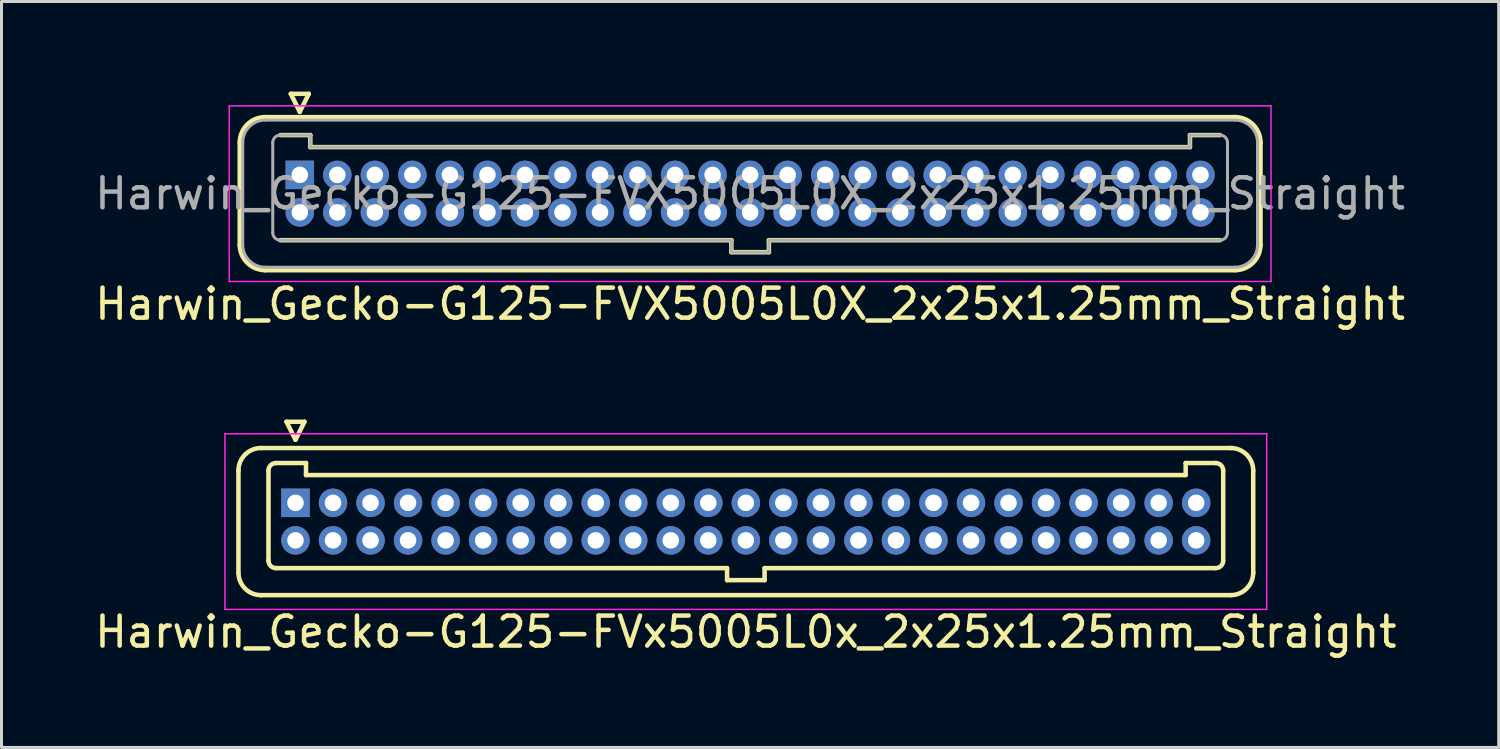
<source format=kicad_pcb>
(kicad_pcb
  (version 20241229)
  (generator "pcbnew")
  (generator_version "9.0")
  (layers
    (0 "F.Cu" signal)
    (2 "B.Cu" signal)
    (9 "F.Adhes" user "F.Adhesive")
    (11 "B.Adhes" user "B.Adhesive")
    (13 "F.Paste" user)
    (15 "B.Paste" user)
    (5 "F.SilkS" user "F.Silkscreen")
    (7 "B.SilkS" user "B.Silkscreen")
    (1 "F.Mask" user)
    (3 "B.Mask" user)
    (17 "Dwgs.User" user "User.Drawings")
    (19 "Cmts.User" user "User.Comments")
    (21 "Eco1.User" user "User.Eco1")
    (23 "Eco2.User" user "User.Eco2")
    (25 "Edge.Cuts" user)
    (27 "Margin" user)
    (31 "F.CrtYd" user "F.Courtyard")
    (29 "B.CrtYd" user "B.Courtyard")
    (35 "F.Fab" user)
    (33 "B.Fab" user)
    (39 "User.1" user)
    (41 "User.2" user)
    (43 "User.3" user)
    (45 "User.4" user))
  (footprint "Harwin_Gecko-G125-FVX5005L0X_2x25x1.25mm_Straight"
    (layer "F.Cu")
    (at 6.935 2.775)
    (property "Reference" "Harwin_Gecko-G125-FVX5005L0X_2x25x1.25mm_Straight" (at 15 4.3 0) (layer "F.SilkS") (effects (font (size 1 1) (thickness 0.15))))
    (attr through_hole)
    (fp_line (start -2 -1.075) (end -2 2.325) (stroke (width 0.15) (type solid)) (layer "F.SilkS"))
    (fp_line (start -1.15 -1.925) (end 31.15 -1.925) (stroke (width 0.15) (type solid)) (layer "F.SilkS"))
    (fp_line (start -1.15 3.175) (end 31.15 3.175) (stroke (width 0.15) (type solid)) (layer "F.SilkS"))
    (fp_line (start -0.65 -1.325) (end 0.35 -1.325) (stroke (width 0.15) (type solid)) (layer "F.SilkS"))
    (fp_line (start -0.65 2.175) (end 14.375 2.175) (stroke (width 0.15) (type solid)) (layer "F.SilkS"))
    (fp_line (start -0.3 -2.7) (end 0.3 -2.7) (stroke (width 0.15) (type solid)) (layer "F.SilkS"))
    (fp_line (start 0 -2.1) (end -0.3 -2.7) (stroke (width 0.15) (type solid)) (layer "F.SilkS"))
    (fp_line (start 0.3 -2.7) (end 0 -2.1) (stroke (width 0.15) (type solid)) (layer "F.SilkS"))
    (fp_line (start 0.35 -1.325) (end 0.35 -0.925) (stroke (width 0.15) (type solid)) (layer "F.SilkS"))
    (fp_line (start 0.35 -0.925) (end 29.65 -0.925) (stroke (width 0.15) (type solid)) (layer "F.SilkS"))
    (fp_line (start 14.375 2.175) (end 14.375 2.575) (stroke (width 0.15) (type solid)) (layer "F.SilkS"))
    (fp_line (start 14.375 2.575) (end 15.625 2.575) (stroke (width 0.15) (type solid)) (layer "F.SilkS"))
    (fp_line (start 15.625 2.175) (end 30.65 2.175) (stroke (width 0.15) (type solid)) (layer "F.SilkS"))
    (fp_line (start 15.625 2.575) (end 15.625 2.175) (stroke (width 0.15) (type solid)) (layer "F.SilkS"))
    (fp_line (start 29.65 -1.325) (end 30.65 -1.325) (stroke (width 0.15) (type solid)) (layer "F.SilkS"))
    (fp_line (start 29.65 -0.925) (end 29.65 -1.325) (stroke (width 0.15) (type solid)) (layer "F.SilkS"))
    (fp_line (start 32 -1.075) (end 32 2.325) (stroke (width 0.15) (type solid)) (layer "F.SilkS"))
    (fp_arc (start -2 -1.075) (mid -1.751041 -1.676041) (end -1.15 -1.925) (stroke (width 0.15) (type solid)) (layer "F.SilkS"))
    (fp_arc (start -1.15 3.175) (mid -1.751041 2.926041) (end -2 2.325) (stroke (width 0.15) (type solid)) (layer "F.SilkS"))
    (fp_arc (start 31.15 -1.925) (mid 31.751041 -1.676041) (end 32 -1.075) (stroke (width 0.15) (type solid)) (layer "F.SilkS"))
    (fp_arc (start 32 2.325) (mid 31.751041 2.926041) (end 31.15 3.175) (stroke (width 0.15) (type solid)) (layer "F.SilkS"))
    (fp_line (start -2.35 -2.3) (end -2.35 3.55) (stroke (width 0.05) (type solid)) (layer "F.CrtYd"))
    (fp_line (start -2.35 3.55) (end 32.35 3.55) (stroke (width 0.05) (type solid)) (layer "F.CrtYd"))
    (fp_line (start 32.35 -2.3) (end -2.35 -2.3) (stroke (width 0.05) (type solid)) (layer "F.CrtYd"))
    (fp_line (start 32.35 3.55) (end 32.35 -2.3) (stroke (width 0.05) (type solid)) (layer "F.CrtYd"))
    (fp_line (start -1.9 -1.075) (end -1.9 2.325) (stroke (width 0.1) (type solid)) (layer "F.Fab"))
    (fp_line (start -1.15 -1.825) (end 31.15 -1.825) (stroke (width 0.1) (type solid)) (layer "F.Fab"))
    (fp_line (start -1.15 3.075) (end 31.15 3.075) (stroke (width 0.1) (type solid)) (layer "F.Fab"))
    (fp_line (start -0.9 -1.075) (end -0.9 1.925) (stroke (width 0.1) (type solid)) (layer "F.Fab"))
    (fp_line (start -0.65 -1.325) (end 0.35 -1.325) (stroke (width 0.1) (type solid)) (layer "F.Fab"))
    (fp_line (start -0.65 2.175) (end 14.375 2.175) (stroke (width 0.1) (type solid)) (layer "F.Fab"))
    (fp_line (start 0.35 -1.325) (end 0.35 -0.925) (stroke (width 0.1) (type solid)) (layer "F.Fab"))
    (fp_line (start 0.35 -0.925) (end 29.65 -0.925) (stroke (width 0.1) (type solid)) (layer "F.Fab"))
    (fp_line (start 14.375 2.175) (end 14.375 2.575) (stroke (width 0.1) (type solid)) (layer "F.Fab"))
    (fp_line (start 14.375 2.575) (end 15.625 2.575) (stroke (width 0.1) (type solid)) (layer "F.Fab"))
    (fp_line (start 15.625 2.175) (end 30.65 2.175) (stroke (width 0.1) (type solid)) (layer "F.Fab"))
    (fp_line (start 15.625 2.575) (end 15.625 2.175) (stroke (width 0.1) (type solid)) (layer "F.Fab"))
    (fp_line (start 29.65 -1.325) (end 30.65 -1.325) (stroke (width 0.1) (type solid)) (layer "F.Fab"))
    (fp_line (start 29.65 -0.925) (end 29.65 -1.325) (stroke (width 0.1) (type solid)) (layer "F.Fab"))
    (fp_line (start 30.9 -1.075) (end 30.9 1.925) (stroke (width 0.1) (type solid)) (layer "F.Fab"))
    (fp_line (start 31.9 -1.075) (end 31.9 2.325) (stroke (width 0.1) (type solid)) (layer "F.Fab"))
    (fp_arc (start -1.9 -1.075) (mid -1.68033 -1.60533) (end -1.15 -1.825) (stroke (width 0.1) (type solid)) (layer "F.Fab"))
    (fp_arc (start -1.15 3.075) (mid -1.68033 2.85533) (end -1.9 2.325) (stroke (width 0.1) (type solid)) (layer "F.Fab"))
    (fp_arc (start -0.9 -1.075) (mid -0.826777 -1.251777) (end -0.65 -1.325) (stroke (width 0.1) (type solid)) (layer "F.Fab"))
    (fp_arc (start -0.65 2.175) (mid -0.826777 2.101777) (end -0.9 1.925) (stroke (width 0.1) (type solid)) (layer "F.Fab"))
    (fp_arc (start 30.65 -1.325) (mid 30.826777 -1.251777) (end 30.9 -1.075) (stroke (width 0.1) (type solid)) (layer "F.Fab"))
    (fp_arc (start 30.9 1.925) (mid 30.826777 2.101777) (end 30.65 2.175) (stroke (width 0.1) (type solid)) (layer "F.Fab"))
    (fp_arc (start 31.15 -1.825) (mid 31.68033 -1.60533) (end 31.9 -1.075) (stroke (width 0.1) (type solid)) (layer "F.Fab"))
    (fp_arc (start 31.9 2.325) (mid 31.68033 2.85533) (end 31.15 3.075) (stroke (width 0.1) (type solid)) (layer "F.Fab"))
    (fp_text user "${REFERENCE}" (at 15 0.625 0) (layer "F.Fab") (effects (font (size 1 1) (thickness 0.15))))
    (pad "1" thru_hole rect (at 0 0) (size 0.95 0.95) (drill 0.55) (layers "*.Cu" "*.Mask"))
    (pad "2" thru_hole circle (at 1.25 0) (size 0.95 0.95) (drill 0.55) (layers "*.Cu" "*.Mask"))
    (pad "3" thru_hole circle (at 2.5 0) (size 0.95 0.95) (drill 0.55) (layers "*.Cu" "*.Mask"))
    (pad "4" thru_hole circle (at 3.75 0) (size 0.95 0.95) (drill 0.55) (layers "*.Cu" "*.Mask"))
    (pad "5" thru_hole circle (at 5 0) (size 0.95 0.95) (drill 0.55) (layers "*.Cu" "*.Mask"))
    (pad "6" thru_hole circle (at 6.25 0) (size 0.95 0.95) (drill 0.55) (layers "*.Cu" "*.Mask"))
    (pad "7" thru_hole circle (at 7.5 0) (size 0.95 0.95) (drill 0.55) (layers "*.Cu" "*.Mask"))
    (pad "8" thru_hole circle (at 8.75 0) (size 0.95 0.95) (drill 0.55) (layers "*.Cu" "*.Mask"))
    (pad "9" thru_hole circle (at 10 0) (size 0.95 0.95) (drill 0.55) (layers "*.Cu" "*.Mask"))
    (pad "10" thru_hole circle (at 11.25 0) (size 0.95 0.95) (drill 0.55) (layers "*.Cu" "*.Mask"))
    (pad "11" thru_hole circle (at 12.5 0) (size 0.95 0.95) (drill 0.55) (layers "*.Cu" "*.Mask"))
    (pad "12" thru_hole circle (at 13.75 0) (size 0.95 0.95) (drill 0.55) (layers "*.Cu" "*.Mask"))
    (pad "13" thru_hole circle (at 15 0) (size 0.95 0.95) (drill 0.55) (layers "*.Cu" "*.Mask"))
    (pad "14" thru_hole circle (at 16.25 0) (size 0.95 0.95) (drill 0.55) (layers "*.Cu" "*.Mask"))
    (pad "15" thru_hole circle (at 17.5 0) (size 0.95 0.95) (drill 0.55) (layers "*.Cu" "*.Mask"))
    (pad "16" thru_hole circle (at 18.75 0) (size 0.95 0.95) (drill 0.55) (layers "*.Cu" "*.Mask"))
    (pad "17" thru_hole circle (at 20 0) (size 0.95 0.95) (drill 0.55) (layers "*.Cu" "*.Mask"))
    (pad "18" thru_hole circle (at 21.25 0) (size 0.95 0.95) (drill 0.55) (layers "*.Cu" "*.Mask"))
    (pad "19" thru_hole circle (at 22.5 0) (size 0.95 0.95) (drill 0.55) (layers "*.Cu" "*.Mask"))
    (pad "20" thru_hole circle (at 23.75 0) (size 0.95 0.95) (drill 0.55) (layers "*.Cu" "*.Mask"))
    (pad "21" thru_hole circle (at 25 0) (size 0.95 0.95) (drill 0.55) (layers "*.Cu" "*.Mask"))
    (pad "22" thru_hole circle (at 26.25 0) (size 0.95 0.95) (drill 0.55) (layers "*.Cu" "*.Mask"))
    (pad "23" thru_hole circle (at 27.5 0) (size 0.95 0.95) (drill 0.55) (layers "*.Cu" "*.Mask"))
    (pad "24" thru_hole circle (at 28.75 0) (size 0.95 0.95) (drill 0.55) (layers "*.Cu" "*.Mask"))
    (pad "25" thru_hole circle (at 30 0) (size 0.95 0.95) (drill 0.55) (layers "*.Cu" "*.Mask"))
    (pad "26" thru_hole circle (at 0 1.25) (size 0.95 0.95) (drill 0.55) (layers "*.Cu" "*.Mask"))
    (pad "27" thru_hole circle (at 1.25 1.25) (size 0.95 0.95) (drill 0.55) (layers "*.Cu" "*.Mask"))
    (pad "28" thru_hole circle (at 2.5 1.25) (size 0.95 0.95) (drill 0.55) (layers "*.Cu" "*.Mask"))
    (pad "29" thru_hole circle (at 3.75 1.25) (size 0.95 0.95) (drill 0.55) (layers "*.Cu" "*.Mask"))
    (pad "30" thru_hole circle (at 5 1.25) (size 0.95 0.95) (drill 0.55) (layers "*.Cu" "*.Mask"))
    (pad "31" thru_hole circle (at 6.25 1.25) (size 0.95 0.95) (drill 0.55) (layers "*.Cu" "*.Mask"))
    (pad "32" thru_hole circle (at 7.5 1.25) (size 0.95 0.95) (drill 0.55) (layers "*.Cu" "*.Mask"))
    (pad "33" thru_hole circle (at 8.75 1.25) (size 0.95 0.95) (drill 0.55) (layers "*.Cu" "*.Mask"))
    (pad "34" thru_hole circle (at 10 1.25) (size 0.95 0.95) (drill 0.55) (layers "*.Cu" "*.Mask"))
    (pad "35" thru_hole circle (at 11.25 1.25) (size 0.95 0.95) (drill 0.55) (layers "*.Cu" "*.Mask"))
    (pad "36" thru_hole circle (at 12.5 1.25) (size 0.95 0.95) (drill 0.55) (layers "*.Cu" "*.Mask"))
    (pad "37" thru_hole circle (at 13.75 1.25) (size 0.95 0.95) (drill 0.55) (layers "*.Cu" "*.Mask"))
    (pad "38" thru_hole circle (at 15 1.25) (size 0.95 0.95) (drill 0.55) (layers "*.Cu" "*.Mask"))
    (pad "39" thru_hole circle (at 16.25 1.25) (size 0.95 0.95) (drill 0.55) (layers "*.Cu" "*.Mask"))
    (pad "40" thru_hole circle (at 17.5 1.25) (size 0.95 0.95) (drill 0.55) (layers "*.Cu" "*.Mask"))
    (pad "41" thru_hole circle (at 18.75 1.25) (size 0.95 0.95) (drill 0.55) (layers "*.Cu" "*.Mask"))
    (pad "42" thru_hole circle (at 20 1.25) (size 0.95 0.95) (drill 0.55) (layers "*.Cu" "*.Mask"))
    (pad "43" thru_hole circle (at 21.25 1.25) (size 0.95 0.95) (drill 0.55) (layers "*.Cu" "*.Mask"))
    (pad "44" thru_hole circle (at 22.5 1.25) (size 0.95 0.95) (drill 0.55) (layers "*.Cu" "*.Mask"))
    (pad "45" thru_hole circle (at 23.75 1.25) (size 0.95 0.95) (drill 0.55) (layers "*.Cu" "*.Mask"))
    (pad "46" thru_hole circle (at 25 1.25) (size 0.95 0.95) (drill 0.55) (layers "*.Cu" "*.Mask"))
    (pad "47" thru_hole circle (at 26.25 1.25) (size 0.95 0.95) (drill 0.55) (layers "*.Cu" "*.Mask"))
    (pad "48" thru_hole circle (at 27.5 1.25) (size 0.95 0.95) (drill 0.55) (layers "*.Cu" "*.Mask"))
    (pad "49" thru_hole circle (at 28.75 1.25) (size 0.95 0.95) (drill 0.55) (layers "*.Cu" "*.Mask"))
    (pad "50" thru_hole circle (at 30 1.25) (size 0.95 0.95) (drill 0.55) (layers "*.Cu" "*.Mask")))
  (footprint "Harwin_Gecko-G125-FVx5005L0x_2x25x1.25mm_Straight"
    (layer "F.Cu")
    (at 6.792 13.698)
    (property "Reference" "Harwin_Gecko-G125-FVx5005L0x_2x25x1.25mm_Straight" (at 15 4.3 0) (layer "F.SilkS") (effects (font (size 1 1) (thickness 0.15))))
    (attr through_hole)
    (fp_line (start -1.9 -1.075) (end -1.9 2.325) (stroke (width 0.15) (type solid)) (layer "F.SilkS"))
    (fp_line (start -1.15 -1.825) (end 31.15 -1.825) (stroke (width 0.15) (type solid)) (layer "F.SilkS"))
    (fp_line (start -1.15 3.075) (end 31.15 3.075) (stroke (width 0.15) (type solid)) (layer "F.SilkS"))
    (fp_line (start -0.9 -1.075) (end -0.9 1.925) (stroke (width 0.15) (type solid)) (layer "F.SilkS"))
    (fp_line (start -0.65 -1.325) (end 0.35 -1.325) (stroke (width 0.15) (type solid)) (layer "F.SilkS"))
    (fp_line (start -0.65 2.175) (end 14.375 2.175) (stroke (width 0.15) (type solid)) (layer "F.SilkS"))
    (fp_line (start -0.3 -2.7) (end 0.3 -2.7) (stroke (width 0.15) (type solid)) (layer "F.SilkS"))
    (fp_line (start 0 -2.1) (end -0.3 -2.7) (stroke (width 0.15) (type solid)) (layer "F.SilkS"))
    (fp_line (start 0.3 -2.7) (end 0 -2.1) (stroke (width 0.15) (type solid)) (layer "F.SilkS"))
    (fp_line (start 0.35 -1.325) (end 0.35 -0.925) (stroke (width 0.15) (type solid)) (layer "F.SilkS"))
    (fp_line (start 0.35 -0.925) (end 29.65 -0.925) (stroke (width 0.15) (type solid)) (layer "F.SilkS"))
    (fp_line (start 14.375 2.175) (end 14.375 2.575) (stroke (width 0.15) (type solid)) (layer "F.SilkS"))
    (fp_line (start 14.375 2.575) (end 15.625 2.575) (stroke (width 0.15) (type solid)) (layer "F.SilkS"))
    (fp_line (start 15.625 2.175) (end 30.65 2.175) (stroke (width 0.15) (type solid)) (layer "F.SilkS"))
    (fp_line (start 15.625 2.575) (end 15.625 2.175) (stroke (width 0.15) (type solid)) (layer "F.SilkS"))
    (fp_line (start 29.65 -1.325) (end 30.65 -1.325) (stroke (width 0.15) (type solid)) (layer "F.SilkS"))
    (fp_line (start 29.65 -0.925) (end 29.65 -1.325) (stroke (width 0.15) (type solid)) (layer "F.SilkS"))
    (fp_line (start 30.9 -1.075) (end 30.9 1.925) (stroke (width 0.15) (type solid)) (layer "F.SilkS"))
    (fp_line (start 31.9 -1.075) (end 31.9 2.325) (stroke (width 0.15) (type solid)) (layer "F.SilkS"))
    (fp_arc (start -1.9 -1.075) (mid -1.68033 -1.60533) (end -1.15 -1.825) (stroke (width 0.15) (type solid)) (layer "F.SilkS"))
    (fp_arc (start -1.15 3.075) (mid -1.68033 2.85533) (end -1.9 2.325) (stroke (width 0.15) (type solid)) (layer "F.SilkS"))
    (fp_arc (start -0.9 -1.075) (mid -0.826777 -1.251777) (end -0.65 -1.325) (stroke (width 0.15) (type solid)) (layer "F.SilkS"))
    (fp_arc (start -0.65 2.175) (mid -0.826777 2.101777) (end -0.9 1.925) (stroke (width 0.15) (type solid)) (layer "F.SilkS"))
    (fp_arc (start 30.65 -1.325) (mid 30.826777 -1.251777) (end 30.9 -1.075) (stroke (width 0.15) (type solid)) (layer "F.SilkS"))
    (fp_arc (start 30.9 1.925) (mid 30.826777 2.101777) (end 30.65 2.175) (stroke (width 0.15) (type solid)) (layer "F.SilkS"))
    (fp_arc (start 31.15 -1.825) (mid 31.68033 -1.60533) (end 31.9 -1.075) (stroke (width 0.15) (type solid)) (layer "F.SilkS"))
    (fp_arc (start 31.9 2.325) (mid 31.68033 2.85533) (end 31.15 3.075) (stroke (width 0.15) (type solid)) (layer "F.SilkS"))
    (fp_line (start -2.35 -2.3) (end -2.35 3.55) (stroke (width 0.05) (type solid)) (layer "F.CrtYd"))
    (fp_line (start -2.35 3.55) (end 32.35 3.55) (stroke (width 0.05) (type solid)) (layer "F.CrtYd"))
    (fp_line (start 32.35 -2.3) (end -2.35 -2.3) (stroke (width 0.05) (type solid)) (layer "F.CrtYd"))
    (fp_line (start 32.35 3.55) (end 32.35 -2.3) (stroke (width 0.05) (type solid)) (layer "F.CrtYd"))
    (pad "1" thru_hole rect (at 0 0) (size 0.95 0.95) (drill 0.55) (layers "*.Cu" "*.Mask"))
    (pad "2" thru_hole circle (at 0 1.25) (size 0.95 0.95) (drill 0.55) (layers "*.Cu" "*.Mask"))
    (pad "3" thru_hole circle (at 1.25 0) (size 0.95 0.95) (drill 0.55) (layers "*.Cu" "*.Mask"))
    (pad "4" thru_hole circle (at 1.25 1.25) (size 0.95 0.95) (drill 0.55) (layers "*.Cu" "*.Mask"))
    (pad "5" thru_hole circle (at 2.5 0) (size 0.95 0.95) (drill 0.55) (layers "*.Cu" "*.Mask"))
    (pad "6" thru_hole circle (at 2.5 1.25) (size 0.95 0.95) (drill 0.55) (layers "*.Cu" "*.Mask"))
    (pad "7" thru_hole circle (at 3.75 0) (size 0.95 0.95) (drill 0.55) (layers "*.Cu" "*.Mask"))
    (pad "8" thru_hole circle (at 3.75 1.25) (size 0.95 0.95) (drill 0.55) (layers "*.Cu" "*.Mask"))
    (pad "9" thru_hole circle (at 5 0) (size 0.95 0.95) (drill 0.55) (layers "*.Cu" "*.Mask"))
    (pad "10" thru_hole circle (at 5 1.25) (size 0.95 0.95) (drill 0.55) (layers "*.Cu" "*.Mask"))
    (pad "11" thru_hole circle (at 6.25 0) (size 0.95 0.95) (drill 0.55) (layers "*.Cu" "*.Mask"))
    (pad "12" thru_hole circle (at 6.25 1.25) (size 0.95 0.95) (drill 0.55) (layers "*.Cu" "*.Mask"))
    (pad "13" thru_hole circle (at 7.5 0) (size 0.95 0.95) (drill 0.55) (layers "*.Cu" "*.Mask"))
    (pad "14" thru_hole circle (at 7.5 1.25) (size 0.95 0.95) (drill 0.55) (layers "*.Cu" "*.Mask"))
    (pad "15" thru_hole circle (at 8.75 0) (size 0.95 0.95) (drill 0.55) (layers "*.Cu" "*.Mask"))
    (pad "16" thru_hole circle (at 8.75 1.25) (size 0.95 0.95) (drill 0.55) (layers "*.Cu" "*.Mask"))
    (pad "17" thru_hole circle (at 10 0) (size 0.95 0.95) (drill 0.55) (layers "*.Cu" "*.Mask"))
    (pad "18" thru_hole circle (at 10 1.25) (size 0.95 0.95) (drill 0.55) (layers "*.Cu" "*.Mask"))
    (pad "19" thru_hole circle (at 11.25 0) (size 0.95 0.95) (drill 0.55) (layers "*.Cu" "*.Mask"))
    (pad "20" thru_hole circle (at 11.25 1.25) (size 0.95 0.95) (drill 0.55) (layers "*.Cu" "*.Mask"))
    (pad "21" thru_hole circle (at 12.5 0) (size 0.95 0.95) (drill 0.55) (layers "*.Cu" "*.Mask"))
    (pad "22" thru_hole circle (at 12.5 1.25) (size 0.95 0.95) (drill 0.55) (layers "*.Cu" "*.Mask"))
    (pad "23" thru_hole circle (at 13.75 0) (size 0.95 0.95) (drill 0.55) (layers "*.Cu" "*.Mask"))
    (pad "24" thru_hole circle (at 13.75 1.25) (size 0.95 0.95) (drill 0.55) (layers "*.Cu" "*.Mask"))
    (pad "25" thru_hole circle (at 15 0) (size 0.95 0.95) (drill 0.55) (layers "*.Cu" "*.Mask"))
    (pad "26" thru_hole circle (at 15 1.25) (size 0.95 0.95) (drill 0.55) (layers "*.Cu" "*.Mask"))
    (pad "27" thru_hole circle (at 16.25 0) (size 0.95 0.95) (drill 0.55) (layers "*.Cu" "*.Mask"))
    (pad "28" thru_hole circle (at 16.25 1.25) (size 0.95 0.95) (drill 0.55) (layers "*.Cu" "*.Mask"))
    (pad "29" thru_hole circle (at 17.5 0) (size 0.95 0.95) (drill 0.55) (layers "*.Cu" "*.Mask"))
    (pad "30" thru_hole circle (at 17.5 1.25) (size 0.95 0.95) (drill 0.55) (layers "*.Cu" "*.Mask"))
    (pad "31" thru_hole circle (at 18.75 0) (size 0.95 0.95) (drill 0.55) (layers "*.Cu" "*.Mask"))
    (pad "32" thru_hole circle (at 18.75 1.25) (size 0.95 0.95) (drill 0.55) (layers "*.Cu" "*.Mask"))
    (pad "33" thru_hole circle (at 20 0) (size 0.95 0.95) (drill 0.55) (layers "*.Cu" "*.Mask"))
    (pad "34" thru_hole circle (at 20 1.25) (size 0.95 0.95) (drill 0.55) (layers "*.Cu" "*.Mask"))
    (pad "35" thru_hole circle (at 21.25 0) (size 0.95 0.95) (drill 0.55) (layers "*.Cu" "*.Mask"))
    (pad "36" thru_hole circle (at 21.25 1.25) (size 0.95 0.95) (drill 0.55) (layers "*.Cu" "*.Mask"))
    (pad "37" thru_hole circle (at 22.5 0) (size 0.95 0.95) (drill 0.55) (layers "*.Cu" "*.Mask"))
    (pad "38" thru_hole circle (at 22.5 1.25) (size 0.95 0.95) (drill 0.55) (layers "*.Cu" "*.Mask"))
    (pad "39" thru_hole circle (at 23.75 0) (size 0.95 0.95) (drill 0.55) (layers "*.Cu" "*.Mask"))
    (pad "40" thru_hole circle (at 23.75 1.25) (size 0.95 0.95) (drill 0.55) (layers "*.Cu" "*.Mask"))
    (pad "41" thru_hole circle (at 25 0) (size 0.95 0.95) (drill 0.55) (layers "*.Cu" "*.Mask"))
    (pad "42" thru_hole circle (at 25 1.25) (size 0.95 0.95) (drill 0.55) (layers "*.Cu" "*.Mask"))
    (pad "43" thru_hole circle (at 26.25 0) (size 0.95 0.95) (drill 0.55) (layers "*.Cu" "*.Mask"))
    (pad "44" thru_hole circle (at 26.25 1.25) (size 0.95 0.95) (drill 0.55) (layers "*.Cu" "*.Mask"))
    (pad "45" thru_hole circle (at 27.5 0) (size 0.95 0.95) (drill 0.55) (layers "*.Cu" "*.Mask"))
    (pad "46" thru_hole circle (at 27.5 1.25) (size 0.95 0.95) (drill 0.55) (layers "*.Cu" "*.Mask"))
    (pad "47" thru_hole circle (at 28.75 0) (size 0.95 0.95) (drill 0.55) (layers "*.Cu" "*.Mask"))
    (pad "48" thru_hole circle (at 28.75 1.25) (size 0.95 0.95) (drill 0.55) (layers "*.Cu" "*.Mask"))
    (pad "49" thru_hole circle (at 30 0) (size 0.95 0.95) (drill 0.55) (layers "*.Cu" "*.Mask"))
    (pad "50" thru_hole circle (at 30 1.25) (size 0.95 0.95) (drill 0.55) (layers "*.Cu" "*.Mask")))
  (gr_rect
    (start -3 -3)
    (end 46.869 21.846)
    (stroke (width 0.1) (type default))
    (fill no)
    (layer "Edge.Cuts")))
</source>
